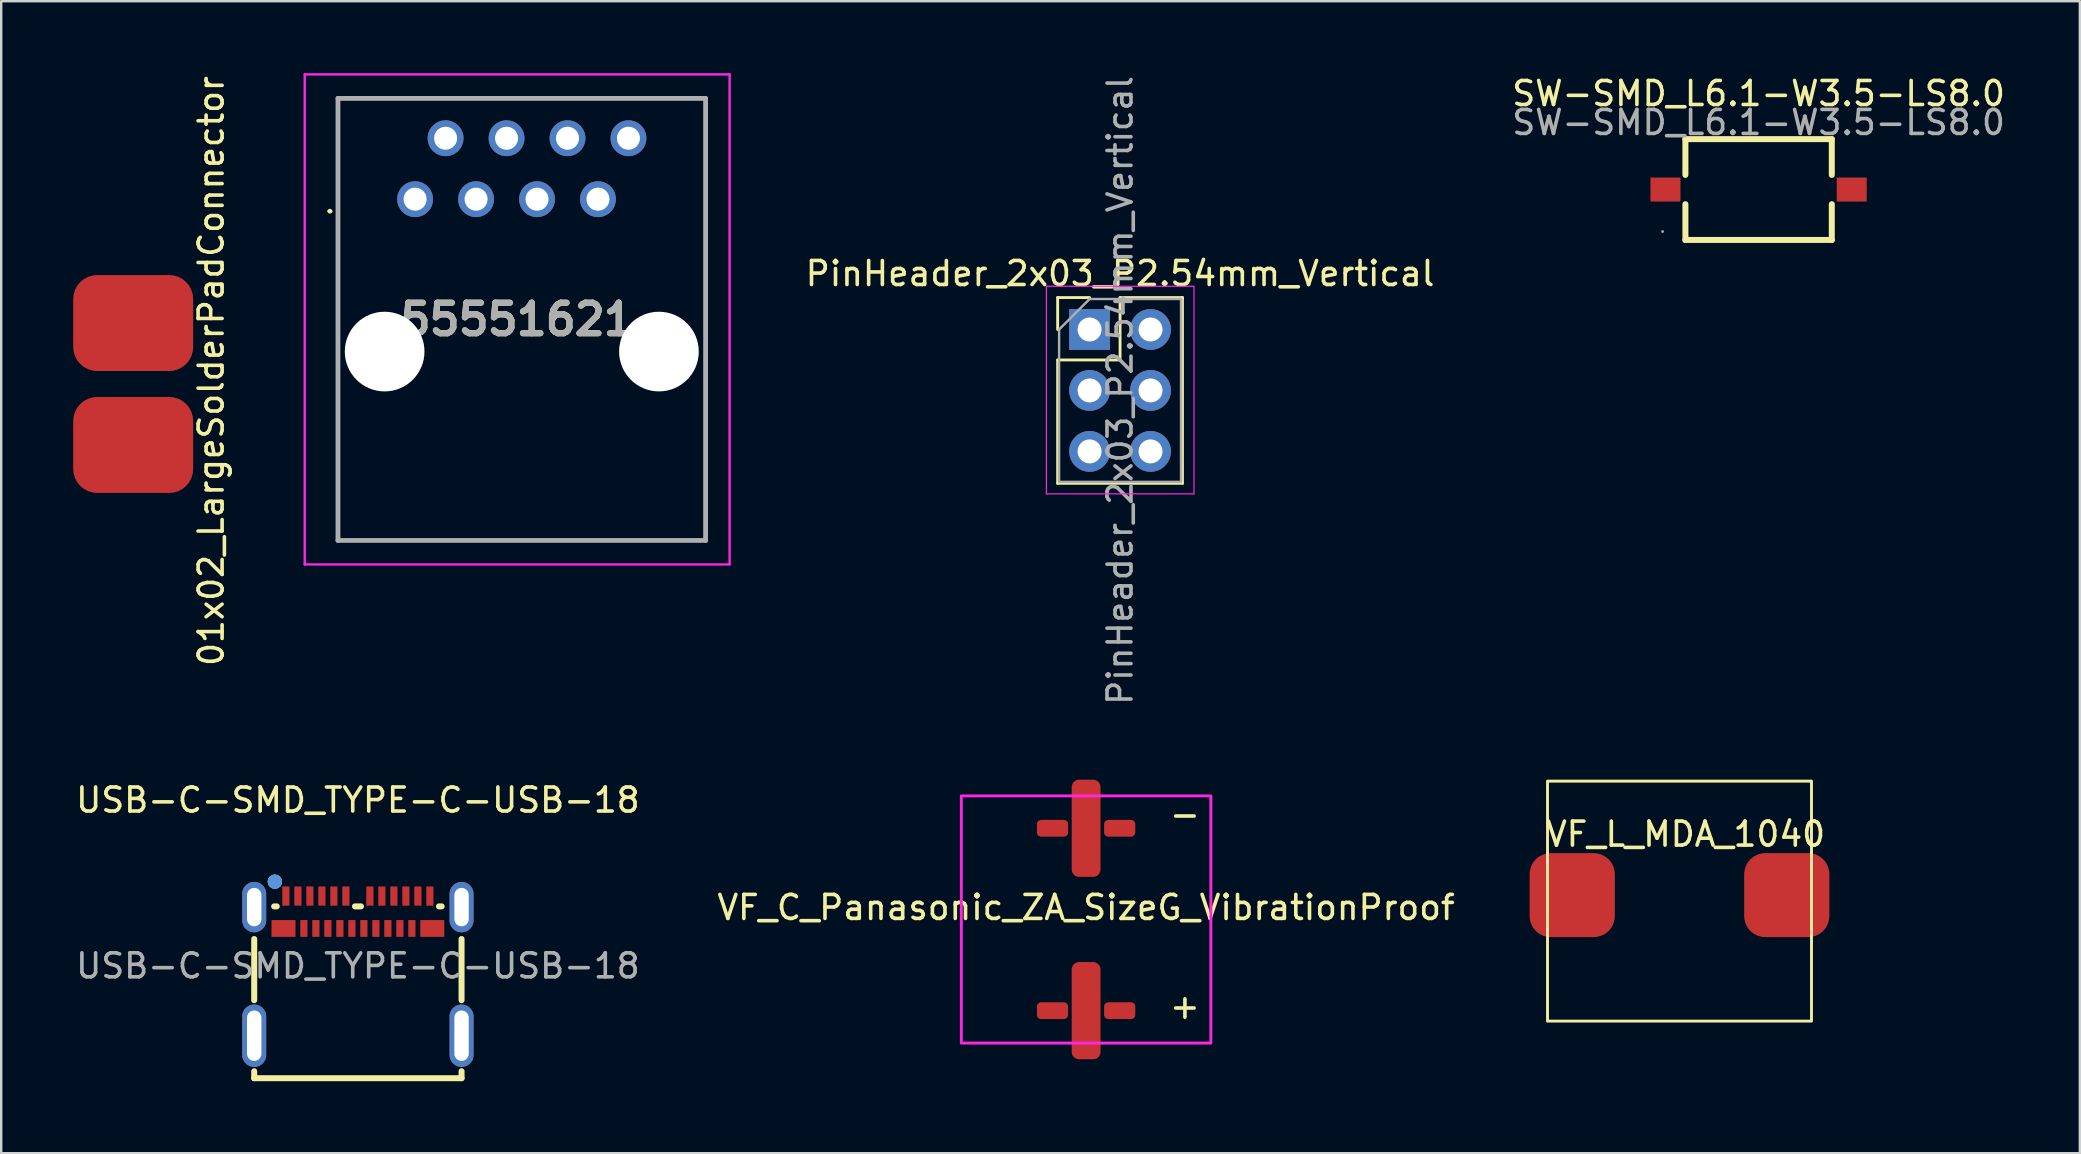
<source format=kicad_pcb>
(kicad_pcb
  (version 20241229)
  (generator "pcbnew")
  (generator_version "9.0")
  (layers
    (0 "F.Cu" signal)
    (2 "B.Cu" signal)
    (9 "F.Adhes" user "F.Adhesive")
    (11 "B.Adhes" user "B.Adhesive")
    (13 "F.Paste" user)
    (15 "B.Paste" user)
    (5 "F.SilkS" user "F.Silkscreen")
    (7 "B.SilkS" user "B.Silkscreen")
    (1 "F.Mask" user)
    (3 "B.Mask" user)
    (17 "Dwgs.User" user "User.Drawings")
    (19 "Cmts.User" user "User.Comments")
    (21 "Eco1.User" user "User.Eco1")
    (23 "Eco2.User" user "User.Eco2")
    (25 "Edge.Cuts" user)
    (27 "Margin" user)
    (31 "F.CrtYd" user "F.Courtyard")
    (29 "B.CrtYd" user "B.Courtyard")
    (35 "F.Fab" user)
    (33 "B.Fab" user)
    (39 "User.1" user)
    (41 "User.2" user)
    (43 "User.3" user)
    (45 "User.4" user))
  (footprint "VF_C_Panasonic_ZA_SizeG_VibrationProof"
    (layer "F.Cu")
    (at 42.208 35.265)
    (property "Reference" "VF_C_Panasonic_ZA_SizeG_VibrationProof" (at 0 -0.5 0) (unlocked yes) (layer "F.SilkS") (effects (font (size 1 1) (thickness 0.15))))
    (attr smd)
    (fp_rect (start -5.2 -5.15) (end 5.2 5.15) (stroke (width 0.12) (type default)) (fill no) (layer "F.CrtYd"))
    (fp_text user "-" (at 3.4 -3.8 0) (unlocked yes) (layer "F.SilkS") (effects (font (size 1 1) (thickness 0.15)) (justify left bottom)))
    (fp_text user "+" (at 3.4 4.2 0) (unlocked yes) (layer "F.SilkS") (effects (font (size 1 1) (thickness 0.15)) (justify left bottom)))
    (pad "" smd roundrect (at -1.4 -3.8) (size 1.3 0.7) (layers "F.Cu" "F.Mask" "F.Paste") (roundrect_rratio 0.25))
    (pad "" smd roundrect (at -1.4 3.8) (size 1.3 0.7) (layers "F.Cu" "F.Mask" "F.Paste") (roundrect_rratio 0.25))
    (pad "" smd roundrect (at 1.4 -3.8) (size 1.3 0.7) (layers "F.Cu" "F.Mask" "F.Paste") (roundrect_rratio 0.25))
    (pad "" smd roundrect (at 1.4 3.8) (size 1.3 0.7) (layers "F.Cu" "F.Mask" "F.Paste") (roundrect_rratio 0.25))
    (pad "1" smd roundrect (at 0 3.8) (size 1.2 4.05) (layers "F.Cu" "F.Mask" "F.Paste") (roundrect_rratio 0.25))
    (pad "2" smd roundrect (at 0 -3.8) (size 1.2 4.05) (layers "F.Cu" "F.Mask" "F.Paste") (roundrect_rratio 0.25)))
  (footprint "USB-C-SMD_TYPE-C-USB-18"
    (layer "F.Cu")
    (at 11.863 37.199)
    (property "Reference" "USB-C-SMD_TYPE-C-USB-18" (at 0 -6.91 0) (layer "F.SilkS") (effects (font (size 1 1) (thickness 0.15))))
    (attr smd)
    (fp_line (start -4.32 1.43) (end -4.32 -1.12) (stroke (width 0.25) (type solid)) (layer "F.SilkS"))
    (fp_line (start -4.32 4.68) (end -4.32 4.39) (stroke (width 0.25) (type solid)) (layer "F.SilkS"))
    (fp_line (start -3.49 -2.48) (end -3.38 -2.48) (stroke (width 0.25) (type solid)) (layer "F.SilkS"))
    (fp_line (start -0.12 -2.48) (end 0.13 -2.48) (stroke (width 0.25) (type solid)) (layer "F.SilkS"))
    (fp_line (start 3.38 -2.48) (end 3.49 -2.48) (stroke (width 0.25) (type solid)) (layer "F.SilkS"))
    (fp_line (start 4.32 -1.12) (end 4.32 1.43) (stroke (width 0.25) (type solid)) (layer "F.SilkS"))
    (fp_line (start 4.32 4.39) (end 4.32 4.68) (stroke (width 0.25) (type solid)) (layer "F.SilkS"))
    (fp_line (start 4.32 4.68) (end -4.32 4.68) (stroke (width 0.25) (type solid)) (layer "F.SilkS"))
    (fp_circle (center -3.46 -3.51) (end -3.31 -3.51) (stroke (width 0.3) (type solid)) (fill no) (layer "F.SilkS"))
    (fp_circle (center -3.46 -3.51) (end -3.31 -3.51) (stroke (width 0.3) (type solid)) (fill no) (layer "Cmts.User"))
    (fp_circle (center -4.48 -3.03) (end -4.45 -3.03) (stroke (width 0.06) (type solid)) (fill no) (layer "F.Fab"))
    (fp_text user "${REFERENCE}" (at 0 0 0) (layer "F.Fab") (effects (font (size 1 1) (thickness 0.15))))
    (pad "0" thru_hole oval (at -4.32 -2.45) (size 1 2.1) (drill oval 0.6 1.6) (layers "*.Cu" "*.Paste" "*.Mask"))
    (pad "0" thru_hole oval (at -4.32 2.91) (size 1 2.6) (drill oval 0.6 2.1) (layers "*.Cu" "*.Paste" "*.Mask"))
    (pad "0" thru_hole oval (at 4.32 -2.45) (size 1 2.1) (drill oval 0.6 1.6) (layers "*.Cu" "*.Paste" "*.Mask"))
    (pad "0" thru_hole oval (at 4.32 2.91) (size 1 2.6) (drill oval 0.6 2.1) (layers "*.Cu" "*.Paste" "*.Mask"))
    (pad "A1" smd rect (at -3 -2.91) (size 0.3 0.8) (layers "F.Cu" "F.Mask" "F.Paste"))
    (pad "A2" smd rect (at -2.5 -2.91) (size 0.3 0.8) (layers "F.Cu" "F.Mask" "F.Paste"))
    (pad "A3" smd rect (at -2 -2.91) (size 0.3 0.8) (layers "F.Cu" "F.Mask" "F.Paste"))
    (pad "A4" smd rect (at -1.5 -2.91) (size 0.3 0.8) (layers "F.Cu" "F.Mask" "F.Paste"))
    (pad "A5" smd rect (at -1 -2.91) (size 0.3 0.8) (layers "F.Cu" "F.Mask" "F.Paste"))
    (pad "A6" smd rect (at -0.5 -2.91) (size 0.3 0.8) (layers "F.Cu" "F.Mask" "F.Paste"))
    (pad "A7" smd rect (at 0.5 -2.91) (size 0.3 0.8) (layers "F.Cu" "F.Mask" "F.Paste"))
    (pad "A8" smd rect (at 1 -2.91) (size 0.3 0.8) (layers "F.Cu" "F.Mask" "F.Paste"))
    (pad "A9" smd rect (at 1.5 -2.91) (size 0.3 0.8) (layers "F.Cu" "F.Mask" "F.Paste"))
    (pad "A10" smd rect (at 2 -2.91) (size 0.3 0.8) (layers "F.Cu" "F.Mask" "F.Paste"))
    (pad "A11" smd rect (at 2.5 -2.91) (size 0.3 0.8) (layers "F.Cu" "F.Mask" "F.Paste"))
    (pad "A12" smd rect (at 3 -2.91) (size 0.3 0.8) (layers "F.Cu" "F.Mask" "F.Paste"))
    (pad "B1" smd rect (at 3.1 -1.56) (size 1 0.7) (layers "F.Cu" "F.Mask" "F.Paste"))
    (pad "B2" smd rect (at 2.25 -1.56) (size 0.3 0.7) (layers "F.Cu" "F.Mask" "F.Paste"))
    (pad "B3" smd rect (at 1.75 -1.56) (size 0.3 0.7) (layers "F.Cu" "F.Mask" "F.Paste"))
    (pad "B4" smd rect (at 1.25 -1.56) (size 0.3 0.7) (layers "F.Cu" "F.Mask" "F.Paste"))
    (pad "B5" smd rect (at 0.75 -1.56) (size 0.3 0.7) (layers "F.Cu" "F.Mask" "F.Paste"))
    (pad "B6" smd rect (at 0.25 -1.56) (size 0.3 0.7) (layers "F.Cu" "F.Mask" "F.Paste"))
    (pad "B7" smd rect (at -0.25 -1.56) (size 0.3 0.7) (layers "F.Cu" "F.Mask" "F.Paste"))
    (pad "B8" smd rect (at -0.75 -1.56) (size 0.3 0.7) (layers "F.Cu" "F.Mask" "F.Paste"))
    (pad "B9" smd rect (at -1.25 -1.56) (size 0.3 0.7) (layers "F.Cu" "F.Mask" "F.Paste"))
    (pad "B10" smd rect (at -1.75 -1.56) (size 0.3 0.7) (layers "F.Cu" "F.Mask" "F.Paste"))
    (pad "B11" smd rect (at -2.25 -1.56) (size 0.3 0.7) (layers "F.Cu" "F.Mask" "F.Paste"))
    (pad "B12" smd rect (at -3.1 -1.56) (size 1 0.7) (layers "F.Cu" "F.Mask" "F.Paste")))
  (footprint "PinHeader_2x03_P2.54mm_Vertical"
    (layer "F.Cu")
    (at 42.353 10.68)
    (property "Reference" "PinHeader_2x03_P2.54mm_Vertical" (at 1.27 -2.33 0) (layer "F.SilkS") (effects (font (size 1 1) (thickness 0.15))))
    (attr through_hole)
    (fp_line (start -1.33 -1.33) (end 0 -1.33) (stroke (width 0.12) (type solid)) (layer "F.SilkS"))
    (fp_line (start -1.33 0) (end -1.33 -1.33) (stroke (width 0.12) (type solid)) (layer "F.SilkS"))
    (fp_line (start -1.33 1.27) (end -1.33 6.41) (stroke (width 0.12) (type solid)) (layer "F.SilkS"))
    (fp_line (start -1.33 1.27) (end 1.27 1.27) (stroke (width 0.12) (type solid)) (layer "F.SilkS"))
    (fp_line (start -1.33 6.41) (end 3.87 6.41) (stroke (width 0.12) (type solid)) (layer "F.SilkS"))
    (fp_line (start 1.27 -1.33) (end 3.87 -1.33) (stroke (width 0.12) (type solid)) (layer "F.SilkS"))
    (fp_line (start 1.27 1.27) (end 1.27 -1.33) (stroke (width 0.12) (type solid)) (layer "F.SilkS"))
    (fp_line (start 3.87 -1.33) (end 3.87 6.41) (stroke (width 0.12) (type solid)) (layer "F.SilkS"))
    (fp_line (start -1.8 -1.8) (end -1.8 6.85) (stroke (width 0.05) (type solid)) (layer "F.CrtYd"))
    (fp_line (start -1.8 6.85) (end 4.35 6.85) (stroke (width 0.05) (type solid)) (layer "F.CrtYd"))
    (fp_line (start 4.35 -1.8) (end -1.8 -1.8) (stroke (width 0.05) (type solid)) (layer "F.CrtYd"))
    (fp_line (start 4.35 6.85) (end 4.35 -1.8) (stroke (width 0.05) (type solid)) (layer "F.CrtYd"))
    (fp_line (start -1.27 0) (end 0 -1.27) (stroke (width 0.1) (type solid)) (layer "F.Fab"))
    (fp_line (start -1.27 6.35) (end -1.27 0) (stroke (width 0.1) (type solid)) (layer "F.Fab"))
    (fp_line (start 0 -1.27) (end 3.81 -1.27) (stroke (width 0.1) (type solid)) (layer "F.Fab"))
    (fp_line (start 3.81 -1.27) (end 3.81 6.35) (stroke (width 0.1) (type solid)) (layer "F.Fab"))
    (fp_line (start 3.81 6.35) (end -1.27 6.35) (stroke (width 0.1) (type solid)) (layer "F.Fab"))
    (fp_text user "${REFERENCE}" (at 1.27 2.54 90) (layer "F.Fab") (effects (font (size 1 1) (thickness 0.15))))
    (pad "1" thru_hole rect (at 0 0) (size 1.7 1.7) (drill 1) (layers "*.Cu" "*.Mask"))
    (pad "2" thru_hole oval (at 2.54 0) (size 1.7 1.7) (drill 1) (layers "*.Cu" "*.Mask"))
    (pad "3" thru_hole oval (at 0 2.54) (size 1.7 1.7) (drill 1) (layers "*.Cu" "*.Mask"))
    (pad "4" thru_hole oval (at 2.54 2.54) (size 1.7 1.7) (drill 1) (layers "*.Cu" "*.Mask"))
    (pad "5" thru_hole oval (at 0 5.08) (size 1.7 1.7) (drill 1) (layers "*.Cu" "*.Mask"))
    (pad "6" thru_hole oval (at 2.54 5.08) (size 1.7 1.7) (drill 1) (layers "*.Cu" "*.Mask")))
  (footprint "SW-SMD_L6.1-W3.5-LS8.0"
    (layer "F.Cu")
    (at 70.231 4.848)
    (property "Reference" "SW-SMD_L6.1-W3.5-LS8.0" (at 0 -4 0) (layer "F.SilkS") (effects (font (size 1 1) (thickness 0.15))))
    (attr smd)
    (fp_line (start -3.05 -2.1) (end -3.05 -0.61) (stroke (width 0.25) (type solid)) (layer "F.SilkS"))
    (fp_line (start -3.05 -2.1) (end 3.05 -2.1) (stroke (width 0.25) (type solid)) (layer "F.SilkS"))
    (fp_line (start -3.05 0.61) (end -3.05 2.1) (stroke (width 0.25) (type solid)) (layer "F.SilkS"))
    (fp_line (start -3.05 2.1) (end 3.05 2.1) (stroke (width 0.25) (type solid)) (layer "F.SilkS"))
    (fp_line (start 3.05 -2.1) (end 3.05 -0.61) (stroke (width 0.25) (type solid)) (layer "F.SilkS"))
    (fp_line (start 3.05 0.61) (end 3.05 2.1) (stroke (width 0.25) (type solid)) (layer "F.SilkS"))
    (fp_circle (center -4 1.75) (end -3.97 1.75) (stroke (width 0.06) (type solid)) (fill no) (layer "F.Fab"))
    (fp_text user "${REFERENCE}" (at 0 -2.794 0) (layer "F.Fab") (effects (font (size 1 1) (thickness 0.15))))
    (pad "1" smd rect (at -3.88 0 90) (size 1 1.25) (layers "F.Cu" "F.Mask" "F.Paste"))
    (pad "2" smd rect (at 3.88 0 90) (size 1 1.25) (layers "F.Cu" "F.Mask" "F.Paste")))
  (footprint "VF_L_MDA_1040"
    (layer "F.Cu")
    (at 66.935 34.25)
    (property "Reference" "VF_L_MDA_1040" (at 0.254 -2.54 0) (unlocked yes) (layer "F.SilkS") (effects (font (size 1 1) (thickness 0.15))))
    (attr smd)
    (fp_rect (start -5.5 -4.75) (end 5.5 5.25) (stroke (width 0.12) (type default)) (fill no) (layer "F.SilkS"))
    (pad "1" smd roundrect (at -4.47 0) (size 3.55 3.5) (layers "F.Cu" "F.Mask" "F.Paste") (roundrect_rratio 0.25))
    (pad "2" smd roundrect (at 4.47 0) (size 3.55 3.5) (layers "F.Cu" "F.Mask" "F.Paste") (roundrect_rratio 0.25)))
  (footprint "01x02_LargeSolderPadConnector"
    (layer "F.Cu")
    (at 2.5 10.411)
    (property "Reference" "01x02_LargeSolderPadConnector" (at 3.25 2 90) (unlocked yes) (layer "F.SilkS") (effects (font (size 1 1) (thickness 0.15))))
    (attr smd)
    (pad "1" smd roundrect (at 0 0) (size 5 4) (layers "F.Cu" "F.Mask") (roundrect_rratio 0.25))
    (pad "2" smd roundrect (at 0 5.08) (size 5 4) (layers "F.Cu" "F.Mask") (roundrect_rratio 0.25)))
  (footprint "55551621"
    (layer "F.Cu")
    (at 14.248 5.25)
    (property "Reference" "55551621" (at 4.252 5.01 0) (layer "F.SilkS") (effects (font (size 1.27 1.27) (thickness 0.254))))
    (attr through_hole)
    (fp_line (start -3.6 0.5) (end -3.6 0.5) (stroke (width 0.1) (type solid)) (layer "F.SilkS"))
    (fp_line (start -3.5 0.5) (end -3.5 0.5) (stroke (width 0.1) (type solid)) (layer "F.SilkS"))
    (fp_line (start -3.215 -4.2) (end 12.105 -4.2) (stroke (width 0.1) (type solid)) (layer "F.SilkS"))
    (fp_line (start -3.215 3.81) (end -3.215 -4.2) (stroke (width 0.1) (type solid)) (layer "F.SilkS"))
    (fp_line (start -3.215 8.89) (end -3.215 14.22) (stroke (width 0.1) (type solid)) (layer "F.SilkS"))
    (fp_line (start -3.215 14.22) (end 12.105 14.22) (stroke (width 0.1) (type solid)) (layer "F.SilkS"))
    (fp_line (start 12.105 -4.2) (end 12.105 3.81) (stroke (width 0.1) (type solid)) (layer "F.SilkS"))
    (fp_line (start 12.105 14.22) (end 12.105 8.89) (stroke (width 0.1) (type solid)) (layer "F.SilkS"))
    (fp_arc (start -3.6 0.5) (mid -3.55 0.45) (end -3.5 0.5) (stroke (width 0.1) (type solid)) (layer "F.SilkS"))
    (fp_arc (start -3.5 0.5) (mid -3.55 0.55) (end -3.6 0.5) (stroke (width 0.1) (type solid)) (layer "F.SilkS"))
    (fp_line (start -4.6 -5.2) (end 13.105 -5.2) (stroke (width 0.1) (type solid)) (layer "F.CrtYd"))
    (fp_line (start -4.6 15.22) (end -4.6 -5.2) (stroke (width 0.1) (type solid)) (layer "F.CrtYd"))
    (fp_line (start 13.105 -5.2) (end 13.105 15.22) (stroke (width 0.1) (type solid)) (layer "F.CrtYd"))
    (fp_line (start 13.105 15.22) (end -4.6 15.22) (stroke (width 0.1) (type solid)) (layer "F.CrtYd"))
    (fp_line (start -3.215 -4.2) (end 12.105 -4.2) (stroke (width 0.2) (type solid)) (layer "F.Fab"))
    (fp_line (start -3.215 14.22) (end -3.215 -4.2) (stroke (width 0.2) (type solid)) (layer "F.Fab"))
    (fp_line (start 12.105 -4.2) (end 12.105 14.22) (stroke (width 0.2) (type solid)) (layer "F.Fab"))
    (fp_line (start 12.105 14.22) (end -3.215 14.22) (stroke (width 0.2) (type solid)) (layer "F.Fab"))
    (fp_text user "${REFERENCE}" (at 4.252 5.01 0) (layer "F.Fab") (effects (font (size 1.27 1.27) (thickness 0.254))))
    (pad "" np_thru_hole circle (at -1.27 6.35) (size 3.32 3.32) (drill 3.32) (layers "*.Cu" "*.Mask"))
    (pad "" np_thru_hole circle (at 10.16 6.35) (size 3.32 3.32) (drill 3.32) (layers "*.Cu" "*.Mask"))
    (pad "1" thru_hole circle (at 0 0) (size 1.493 1.493) (drill 0.96) (layers "*.Cu" "*.Mask"))
    (pad "2" thru_hole circle (at 1.27 -2.54) (size 1.493 1.493) (drill 0.96) (layers "*.Cu" "*.Mask"))
    (pad "3" thru_hole circle (at 2.54 0) (size 1.493 1.493) (drill 0.96) (layers "*.Cu" "*.Mask"))
    (pad "4" thru_hole circle (at 3.81 -2.54) (size 1.493 1.493) (drill 0.96) (layers "*.Cu" "*.Mask"))
    (pad "5" thru_hole circle (at 5.08 0) (size 1.493 1.493) (drill 0.96) (layers "*.Cu" "*.Mask"))
    (pad "6" thru_hole circle (at 6.35 -2.54) (size 1.493 1.493) (drill 0.96) (layers "*.Cu" "*.Mask"))
    (pad "7" thru_hole circle (at 7.62 0) (size 1.493 1.493) (drill 0.96) (layers "*.Cu" "*.Mask"))
    (pad "8" thru_hole circle (at 8.89 -2.54) (size 1.493 1.493) (drill 0.96) (layers "*.Cu" "*.Mask")))
  (gr_rect
    (start -3 -3)
    (end 83.618 45.004)
    (stroke (width 0.1) (type default))
    (fill no)
    (layer "Edge.Cuts")))
</source>
